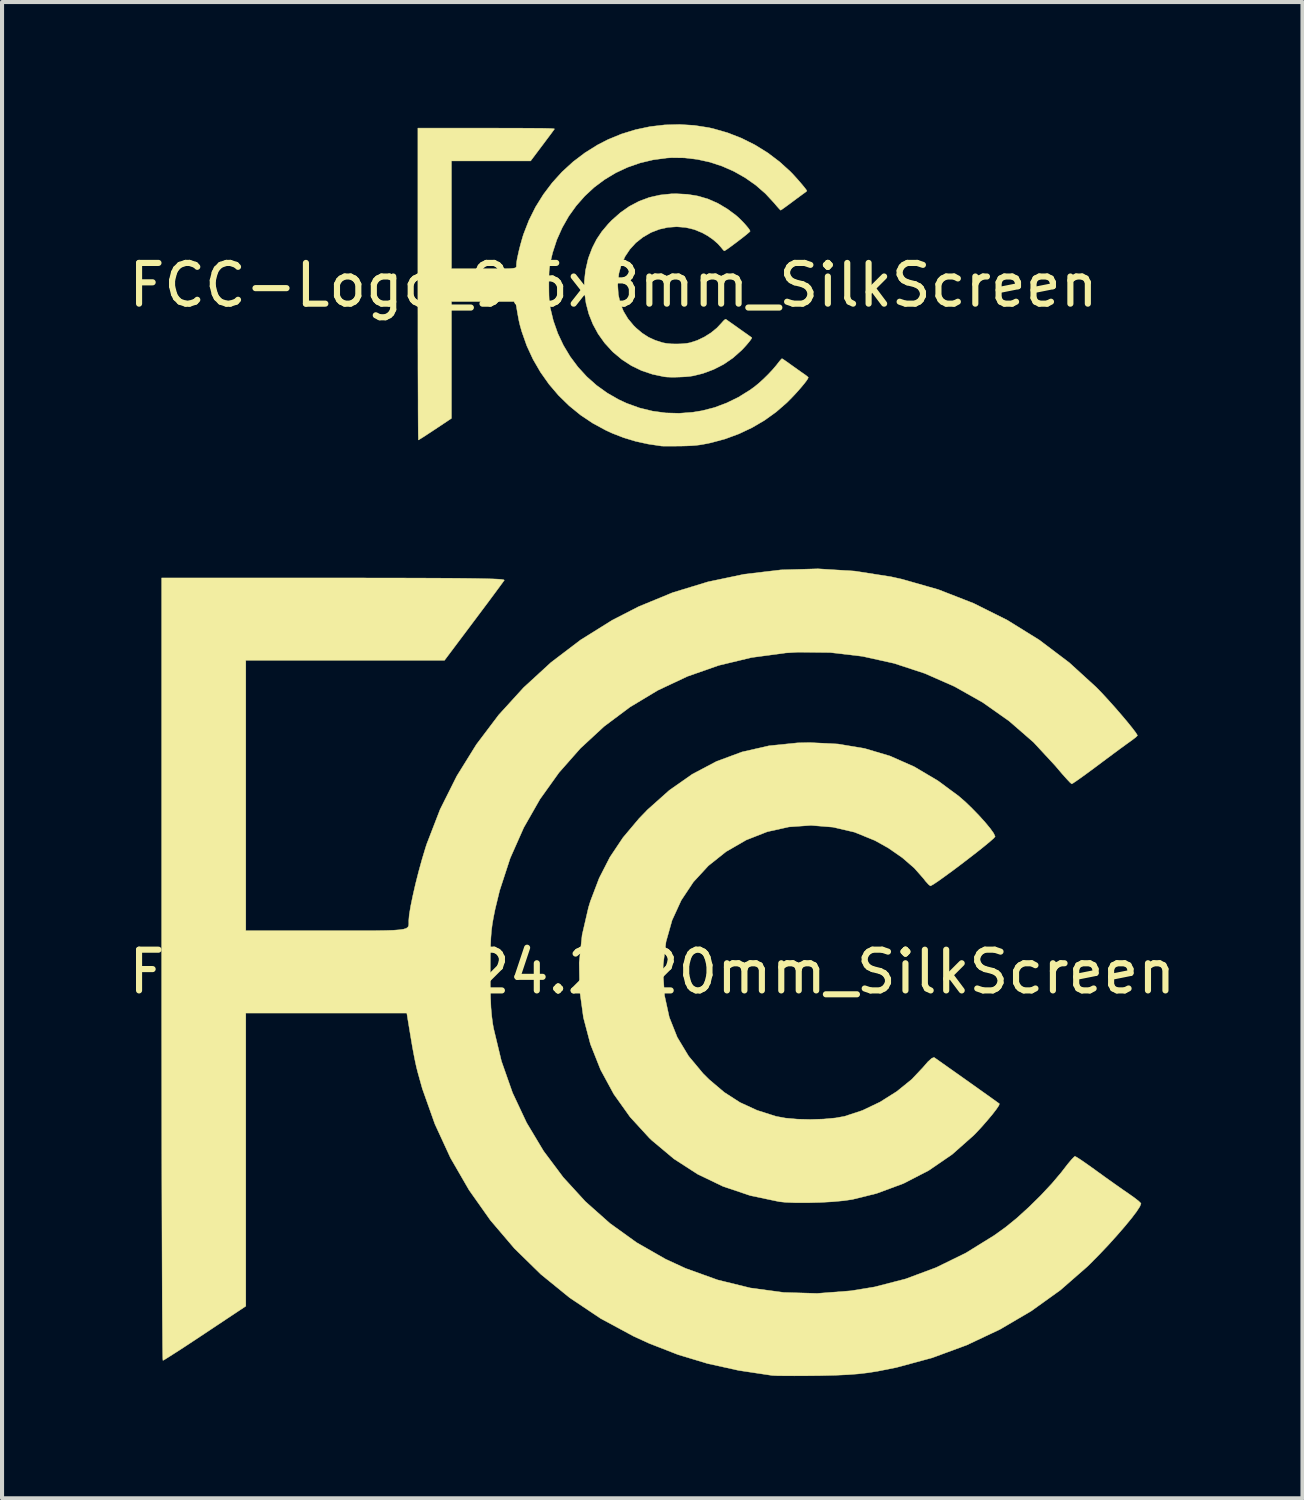
<source format=kicad_pcb>
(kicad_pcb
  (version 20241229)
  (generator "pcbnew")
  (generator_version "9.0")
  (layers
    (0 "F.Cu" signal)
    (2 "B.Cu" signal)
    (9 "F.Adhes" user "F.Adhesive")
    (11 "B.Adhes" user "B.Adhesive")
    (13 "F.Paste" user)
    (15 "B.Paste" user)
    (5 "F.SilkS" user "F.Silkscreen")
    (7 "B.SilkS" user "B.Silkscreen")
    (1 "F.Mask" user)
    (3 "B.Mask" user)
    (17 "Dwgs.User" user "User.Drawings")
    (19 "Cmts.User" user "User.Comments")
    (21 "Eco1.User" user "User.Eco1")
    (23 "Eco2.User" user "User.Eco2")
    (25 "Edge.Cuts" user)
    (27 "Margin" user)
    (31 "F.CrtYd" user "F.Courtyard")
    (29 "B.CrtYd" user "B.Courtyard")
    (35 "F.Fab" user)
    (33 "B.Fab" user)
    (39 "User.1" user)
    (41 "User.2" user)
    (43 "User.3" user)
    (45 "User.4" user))
  (footprint "FCC-Logo_24.2x20mm_SilkScreen"
    (layer "F.Cu")
    (at 12.958 20.803)
    (property "Reference" "FCC-Logo_24.2x20mm_SilkScreen" (at 0 0 0) (layer "F.SilkS") (effects (font (size 1 1) (thickness 0.15))))
    (attr exclude_from_pos_files exclude_from_bom)
    (fp_poly (pts (xy 4.559 -5.593) (xy 5.211 -5.484) (xy 5.831 -5.3) (xy 6.427 -5.037) (xy 7.01 -4.692) (xy 7.523 -4.313) (xy 7.68 -4.177) (xy 7.847 -4.016) (xy 8.013 -3.845) (xy 8.166 -3.676) (xy 8.292 -3.524) (xy 8.379 -3.403) (xy 8.415 -3.325) (xy 8.415 -3.321) (xy 8.382 -3.281) (xy 8.289 -3.199) (xy 8.15 -3.084) (xy 7.977 -2.946) (xy 7.781 -2.794) (xy 7.576 -2.637) (xy 7.374 -2.485) (xy 7.186 -2.348) (xy 7.026 -2.233) (xy 6.905 -2.152) (xy 6.836 -2.113) (xy 6.827 -2.11) (xy 6.782 -2.144) (xy 6.707 -2.227) (xy 6.658 -2.291) (xy 6.432 -2.547) (xy 6.138 -2.802) (xy 5.795 -3.04) (xy 5.466 -3.224) (xy 4.963 -3.429) (xy 4.436 -3.552) (xy 3.896 -3.596) (xy 3.355 -3.558) (xy 2.824 -3.44) (xy 2.314 -3.24) (xy 2.309 -3.238) (xy 1.812 -2.951) (xy 1.378 -2.605) (xy 1.01 -2.206) (xy 0.712 -1.758) (xy 0.487 -1.267) (xy 0.338 -0.739) (xy 0.269 -0.178) (xy 0.264 0.013) (xy 0.302 0.582) (xy 0.418 1.112) (xy 0.614 1.605) (xy 0.891 2.065) (xy 1.249 2.495) (xy 1.396 2.641) (xy 1.768 2.956) (xy 2.153 3.204) (xy 2.575 3.398) (xy 3.037 3.545) (xy 3.27 3.588) (xy 3.561 3.614) (xy 3.882 3.622) (xy 4.203 3.612) (xy 4.497 3.585) (xy 4.719 3.545) (xy 5.157 3.401) (xy 5.592 3.193) (xy 6.003 2.934) (xy 6.368 2.638) (xy 6.641 2.349) (xy 6.763 2.208) (xy 6.858 2.122) (xy 6.915 2.098) (xy 6.919 2.1) (xy 6.964 2.131) (xy 7.067 2.204) (xy 7.217 2.31) (xy 7.4 2.439) (xy 7.602 2.582) (xy 7.812 2.731) (xy 8.016 2.876) (xy 8.202 3.008) (xy 8.356 3.118) (xy 8.466 3.197) (xy 8.519 3.235) (xy 8.52 3.236) (xy 8.508 3.278) (xy 8.446 3.37) (xy 8.347 3.499) (xy 8.22 3.65) (xy 8.079 3.811) (xy 7.933 3.967) (xy 7.883 4.017) (xy 7.36 4.48) (xy 6.785 4.874) (xy 6.165 5.194) (xy 5.505 5.438) (xy 4.911 5.585) (xy 4.698 5.616) (xy 4.428 5.641) (xy 4.126 5.658) (xy 3.817 5.666) (xy 3.526 5.666) (xy 3.276 5.656) (xy 3.12 5.64) (xy 2.406 5.49) (xy 1.738 5.265) (xy 1.114 4.965) (xy 0.532 4.589) (xy -0.011 4.134) (xy -0.072 4.076) (xy -0.544 3.561) (xy -0.943 3.001) (xy -1.268 2.402) (xy -1.517 1.774) (xy -1.689 1.121) (xy -1.781 0.452) (xy -1.793 -0.226) (xy -1.721 -0.907) (xy -1.565 -1.582) (xy -1.518 -1.735) (xy -1.302 -2.302) (xy -1.039 -2.816) (xy -0.718 -3.296) (xy -0.327 -3.761) (xy -0.116 -3.98) (xy 0.42 -4.458) (xy 0.984 -4.853) (xy 1.577 -5.166) (xy 2.203 -5.398) (xy 2.864 -5.549) (xy 3.562 -5.621) (xy 3.867 -5.628) (xy 4.559 -5.593)) (stroke (width 0.01) (type solid)) (fill yes) (layer "F.SilkS"))
    (fp_poly (pts (xy 4.971 -9.837) (xy 5.86 -9.698) (xy 6.13 -9.638) (xy 7.023 -9.383) (xy 7.887 -9.046) (xy 8.714 -8.633) (xy 9.499 -8.146) (xy 10.235 -7.59) (xy 10.897 -6.986) (xy 11.038 -6.841) (xy 11.196 -6.669) (xy 11.361 -6.485) (xy 11.521 -6.3) (xy 11.667 -6.127) (xy 11.787 -5.978) (xy 11.871 -5.867) (xy 11.907 -5.806) (xy 11.908 -5.801) (xy 11.875 -5.766) (xy 11.79 -5.699) (xy 11.721 -5.649) (xy 11.623 -5.579) (xy 11.471 -5.468) (xy 11.282 -5.328) (xy 11.072 -5.172) (xy 10.932 -5.067) (xy 10.733 -4.919) (xy 10.557 -4.791) (xy 10.417 -4.692) (xy 10.325 -4.63) (xy 10.295 -4.614) (xy 10.256 -4.646) (xy 10.173 -4.734) (xy 10.057 -4.864) (xy 9.921 -5.024) (xy 9.894 -5.056) (xy 9.357 -5.636) (xy 8.759 -6.156) (xy 8.111 -6.613) (xy 7.419 -7.004) (xy 6.69 -7.325) (xy 5.935 -7.573) (xy 5.159 -7.745) (xy 4.371 -7.838) (xy 3.58 -7.847) (xy 3.271 -7.828) (xy 2.435 -7.715) (xy 1.632 -7.522) (xy 0.864 -7.253) (xy 0.137 -6.911) (xy -0.546 -6.5) (xy -1.181 -6.025) (xy -1.763 -5.487) (xy -2.289 -4.891) (xy -2.754 -4.241) (xy -3.154 -3.54) (xy -3.486 -2.791) (xy -3.745 -1.998) (xy -3.856 -1.541) (xy -3.895 -1.347) (xy -3.925 -1.178) (xy -3.946 -1.015) (xy -3.96 -0.839) (xy -3.969 -0.633) (xy -3.973 -0.377) (xy -3.975 -0.053) (xy -3.975 -0.022) (xy -3.974 0.342) (xy -3.968 0.636) (xy -3.958 0.876) (xy -3.94 1.08) (xy -3.916 1.265) (xy -3.895 1.384) (xy -3.701 2.191) (xy -3.429 2.966) (xy -3.083 3.703) (xy -2.667 4.397) (xy -2.184 5.043) (xy -1.64 5.637) (xy -1.038 6.172) (xy -0.382 6.644) (xy 0.324 7.048) (xy 0.82 7.277) (xy 1.606 7.56) (xy 2.408 7.757) (xy 3.223 7.867) (xy 4.047 7.891) (xy 4.877 7.827) (xy 5.456 7.732) (xy 6.219 7.535) (xy 6.97 7.255) (xy 7.698 6.898) (xy 8.392 6.468) (xy 8.672 6.267) (xy 8.944 6.046) (xy 9.239 5.778) (xy 9.535 5.487) (xy 9.809 5.194) (xy 10.039 4.922) (xy 10.087 4.859) (xy 10.199 4.715) (xy 10.294 4.602) (xy 10.358 4.537) (xy 10.375 4.526) (xy 10.422 4.551) (xy 10.526 4.618) (xy 10.673 4.72) (xy 10.849 4.845) (xy 10.909 4.889) (xy 11.122 5.043) (xy 11.34 5.198) (xy 11.539 5.338) (xy 11.693 5.444) (xy 11.7 5.449) (xy 11.837 5.546) (xy 11.941 5.628) (xy 11.993 5.68) (xy 11.995 5.687) (xy 11.967 5.759) (xy 11.886 5.884) (xy 11.759 6.051) (xy 11.596 6.249) (xy 11.405 6.469) (xy 11.196 6.701) (xy 10.975 6.934) (xy 10.753 7.159) (xy 10.673 7.237) (xy 10.017 7.81) (xy 9.301 8.324) (xy 8.532 8.775) (xy 7.719 9.159) (xy 6.869 9.472) (xy 5.989 9.71) (xy 5.537 9.8) (xy 5.298 9.838) (xy 5.059 9.866) (xy 4.798 9.886) (xy 4.495 9.9) (xy 4.13 9.909) (xy 4.043 9.91) (xy 3.753 9.913) (xy 3.485 9.914) (xy 3.253 9.913) (xy 3.074 9.911) (xy 2.962 9.906) (xy 2.944 9.905) (xy 2.121 9.781) (xy 1.356 9.612) (xy 0.631 9.393) (xy -0.075 9.118) (xy -0.461 8.941) (xy -1.269 8.505) (xy -2.027 7.997) (xy -2.733 7.423) (xy -3.382 6.788) (xy -3.971 6.097) (xy -4.496 5.354) (xy -4.952 4.565) (xy -5.335 3.734) (xy -5.643 2.866) (xy -5.756 2.461) (xy -5.789 2.33) (xy -5.819 2.193) (xy -5.85 2.037) (xy -5.886 1.845) (xy -5.927 1.602) (xy -5.978 1.294) (xy -6.001 1.154) (xy -6.024 1.011) (xy -9.975 1.011) (xy -9.975 8.204) (xy -10.976 8.87) (xy -11.24 9.045) (xy -11.48 9.203) (xy -11.687 9.337) (xy -11.85 9.441) (xy -11.96 9.51) (xy -12.008 9.536) (xy -12.009 9.536) (xy -12.012 9.493) (xy -12.015 9.366) (xy -12.018 9.158) (xy -12.02 8.875) (xy -12.023 8.52) (xy -12.026 8.097) (xy -12.028 7.61) (xy -12.03 7.063) (xy -12.032 6.46) (xy -12.034 5.805) (xy -12.036 5.102) (xy -12.037 4.354) (xy -12.038 3.567) (xy -12.039 2.743) (xy -12.04 1.887) (xy -12.041 1.003) (xy -12.041 0.095) (xy -12.041 -0.066) (xy -12.041 -9.668) (xy -7.82 -9.668) (xy -7.092 -9.668) (xy -6.449 -9.667) (xy -5.884 -9.666) (xy -5.395 -9.664) (xy -4.975 -9.662) (xy -4.622 -9.659) (xy -4.331 -9.655) (xy -4.096 -9.65) (xy -3.915 -9.645) (xy -3.782 -9.639) (xy -3.693 -9.632) (xy -3.644 -9.623) (xy -3.631 -9.614) (xy -3.631 -9.613) (xy -3.666 -9.564) (xy -3.746 -9.455) (xy -3.864 -9.295) (xy -4.013 -9.094) (xy -4.187 -8.862) (xy -4.377 -8.608) (xy -4.382 -8.602) (xy -5.099 -7.646) (xy -9.975 -7.646) (xy -9.975 -1.011) (xy -8.003 -1.011) (xy -7.528 -1.011) (xy -7.133 -1.011) (xy -6.811 -1.012) (xy -6.555 -1.016) (xy -6.357 -1.022) (xy -6.21 -1.033) (xy -6.106 -1.048) (xy -6.038 -1.069) (xy -5.999 -1.097) (xy -5.98 -1.133) (xy -5.975 -1.177) (xy -5.976 -1.231) (xy -5.976 -1.261) (xy -5.964 -1.404) (xy -5.929 -1.612) (xy -5.876 -1.87) (xy -5.81 -2.159) (xy -5.733 -2.463) (xy -5.65 -2.763) (xy -5.566 -3.042) (xy -5.536 -3.135) (xy -5.206 -3.989) (xy -4.798 -4.805) (xy -4.318 -5.579) (xy -3.77 -6.305) (xy -3.157 -6.978) (xy -2.486 -7.594) (xy -1.759 -8.147) (xy -0.982 -8.632) (xy -0.336 -8.964) (xy 0.499 -9.308) (xy 1.367 -9.573) (xy 2.257 -9.76) (xy 3.16 -9.867) (xy 4.068 -9.893) (xy 4.971 -9.837)) (stroke (width 0.01) (type solid)) (fill yes) (layer "F.SilkS")))
  (footprint "FCC-Logo_9.6x8mm_SilkScreen"
    (layer "F.Cu")
    (at 12.006 3.948)
    (property "Reference" "FCC-Logo_9.6x8mm_SilkScreen" (at 0 0 0) (layer "F.SilkS") (effects (font (size 1 1) (thickness 0.15))))
    (attr exclude_from_pos_files exclude_from_bom)
    (fp_poly (pts (xy 1.817 -2.229) (xy 2.077 -2.186) (xy 2.324 -2.113) (xy 2.562 -2.008) (xy 2.794 -1.87) (xy 2.999 -1.719) (xy 3.061 -1.665) (xy 3.128 -1.601) (xy 3.194 -1.533) (xy 3.255 -1.465) (xy 3.305 -1.405) (xy 3.34 -1.356) (xy 3.354 -1.326) (xy 3.355 -1.324) (xy 3.341 -1.308) (xy 3.304 -1.275) (xy 3.249 -1.229) (xy 3.18 -1.174) (xy 3.102 -1.114) (xy 3.02 -1.051) (xy 2.939 -0.991) (xy 2.865 -0.936) (xy 2.801 -0.89) (xy 2.752 -0.858) (xy 2.725 -0.842) (xy 2.721 -0.841) (xy 2.703 -0.854) (xy 2.673 -0.888) (xy 2.654 -0.913) (xy 2.564 -1.015) (xy 2.447 -1.117) (xy 2.31 -1.212) (xy 2.179 -1.285) (xy 1.978 -1.367) (xy 1.768 -1.416) (xy 1.553 -1.433) (xy 1.337 -1.418) (xy 1.126 -1.371) (xy 0.922 -1.292) (xy 0.921 -1.291) (xy 0.722 -1.176) (xy 0.549 -1.039) (xy 0.403 -0.879) (xy 0.284 -0.701) (xy 0.194 -0.505) (xy 0.135 -0.295) (xy 0.107 -0.071) (xy 0.105 0.005) (xy 0.12 0.232) (xy 0.167 0.443) (xy 0.245 0.64) (xy 0.355 0.823) (xy 0.498 0.995) (xy 0.557 1.053) (xy 0.705 1.178) (xy 0.858 1.277) (xy 1.026 1.354) (xy 1.211 1.413) (xy 1.304 1.43) (xy 1.42 1.441) (xy 1.547 1.444) (xy 1.675 1.44) (xy 1.793 1.429) (xy 1.881 1.413) (xy 2.056 1.356) (xy 2.229 1.273) (xy 2.393 1.17) (xy 2.538 1.052) (xy 2.647 0.936) (xy 2.696 0.88) (xy 2.734 0.846) (xy 2.757 0.836) (xy 2.758 0.837) (xy 2.776 0.849) (xy 2.817 0.879) (xy 2.877 0.921) (xy 2.95 0.972) (xy 3.03 1.029) (xy 3.114 1.089) (xy 3.196 1.147) (xy 3.27 1.199) (xy 3.331 1.243) (xy 3.375 1.274) (xy 3.396 1.29) (xy 3.396 1.29) (xy 3.391 1.307) (xy 3.367 1.343) (xy 3.327 1.395) (xy 3.277 1.455) (xy 3.22 1.519) (xy 3.162 1.581) (xy 3.142 1.601) (xy 2.934 1.786) (xy 2.705 1.943) (xy 2.457 2.07) (xy 2.194 2.168) (xy 1.958 2.226) (xy 1.873 2.239) (xy 1.765 2.249) (xy 1.645 2.255) (xy 1.522 2.259) (xy 1.405 2.259) (xy 1.306 2.255) (xy 1.244 2.248) (xy 0.959 2.188) (xy 0.693 2.099) (xy 0.444 1.979) (xy 0.212 1.829) (xy -0.005 1.648) (xy -0.029 1.625) (xy -0.217 1.419) (xy -0.376 1.196) (xy -0.505 0.958) (xy -0.605 0.707) (xy -0.673 0.447) (xy -0.71 0.18) (xy -0.715 -0.09) (xy -0.686 -0.361) (xy -0.624 -0.631) (xy -0.605 -0.691) (xy -0.519 -0.917) (xy -0.414 -1.123) (xy -0.286 -1.314) (xy -0.13 -1.499) (xy -0.046 -1.587) (xy 0.168 -1.777) (xy 0.392 -1.935) (xy 0.629 -2.059) (xy 0.878 -2.152) (xy 1.142 -2.212) (xy 1.42 -2.241) (xy 1.542 -2.243) (xy 1.817 -2.229)) (stroke (width 0.01) (type solid)) (fill yes) (layer "F.SilkS"))
    (fp_poly (pts (xy 1.982 -3.921) (xy 2.336 -3.866) (xy 2.444 -3.842) (xy 2.8 -3.74) (xy 3.144 -3.606) (xy 3.474 -3.441) (xy 3.787 -3.247) (xy 4.08 -3.025) (xy 4.344 -2.785) (xy 4.4 -2.727) (xy 4.463 -2.658) (xy 4.529 -2.585) (xy 4.593 -2.511) (xy 4.651 -2.442) (xy 4.699 -2.383) (xy 4.732 -2.339) (xy 4.746 -2.314) (xy 4.747 -2.312) (xy 4.733 -2.298) (xy 4.7 -2.272) (xy 4.672 -2.252) (xy 4.633 -2.224) (xy 4.573 -2.18) (xy 4.497 -2.124) (xy 4.414 -2.062) (xy 4.358 -2.02) (xy 4.278 -1.961) (xy 4.208 -1.91) (xy 4.152 -1.87) (xy 4.116 -1.846) (xy 4.104 -1.839) (xy 4.088 -1.852) (xy 4.055 -1.887) (xy 4.009 -1.939) (xy 3.955 -2.003) (xy 3.944 -2.016) (xy 3.73 -2.247) (xy 3.492 -2.454) (xy 3.233 -2.636) (xy 2.957 -2.792) (xy 2.667 -2.92) (xy 2.366 -3.019) (xy 2.056 -3.087) (xy 1.743 -3.124) (xy 1.427 -3.128) (xy 1.304 -3.12) (xy 0.971 -3.075) (xy 0.65 -2.998) (xy 0.344 -2.891) (xy 0.054 -2.755) (xy -0.218 -2.591) (xy -0.471 -2.402) (xy -0.703 -2.187) (xy -0.912 -1.95) (xy -1.098 -1.691) (xy -1.257 -1.411) (xy -1.39 -1.113) (xy -1.493 -0.797) (xy -1.537 -0.614) (xy -1.553 -0.537) (xy -1.565 -0.47) (xy -1.573 -0.405) (xy -1.579 -0.335) (xy -1.582 -0.252) (xy -1.584 -0.15) (xy -1.585 -0.021) (xy -1.585 -0.009) (xy -1.584 0.136) (xy -1.582 0.253) (xy -1.578 0.349) (xy -1.571 0.43) (xy -1.561 0.504) (xy -1.553 0.552) (xy -1.475 0.874) (xy -1.367 1.182) (xy -1.229 1.476) (xy -1.063 1.753) (xy -0.871 2.01) (xy -0.654 2.247) (xy -0.414 2.46) (xy -0.152 2.648) (xy 0.129 2.809) (xy 0.327 2.901) (xy 0.64 3.014) (xy 0.96 3.092) (xy 1.285 3.136) (xy 1.613 3.145) (xy 1.944 3.12) (xy 2.175 3.082) (xy 2.479 3.004) (xy 2.778 2.892) (xy 3.069 2.75) (xy 3.345 2.578) (xy 3.457 2.498) (xy 3.565 2.41) (xy 3.683 2.303) (xy 3.801 2.187) (xy 3.91 2.07) (xy 4.002 1.962) (xy 4.021 1.937) (xy 4.066 1.879) (xy 4.103 1.835) (xy 4.129 1.808) (xy 4.136 1.804) (xy 4.155 1.814) (xy 4.196 1.841) (xy 4.254 1.881) (xy 4.324 1.931) (xy 4.349 1.949) (xy 4.434 2.01) (xy 4.521 2.072) (xy 4.6 2.128) (xy 4.661 2.17) (xy 4.664 2.172) (xy 4.719 2.211) (xy 4.76 2.243) (xy 4.78 2.264) (xy 4.782 2.267) (xy 4.77 2.296) (xy 4.738 2.345) (xy 4.687 2.412) (xy 4.622 2.491) (xy 4.546 2.579) (xy 4.463 2.671) (xy 4.375 2.764) (xy 4.286 2.854) (xy 4.255 2.885) (xy 3.993 3.113) (xy 3.708 3.318) (xy 3.401 3.498) (xy 3.077 3.651) (xy 2.738 3.776) (xy 2.388 3.87) (xy 2.207 3.906) (xy 2.112 3.922) (xy 2.017 3.933) (xy 1.913 3.941) (xy 1.792 3.946) (xy 1.646 3.95) (xy 1.612 3.95) (xy 1.496 3.951) (xy 1.389 3.952) (xy 1.297 3.952) (xy 1.225 3.951) (xy 1.181 3.949) (xy 1.174 3.948) (xy 0.845 3.899) (xy 0.541 3.832) (xy 0.251 3.744) (xy -0.03 3.635) (xy -0.184 3.564) (xy -0.506 3.39) (xy -0.808 3.188) (xy -1.089 2.959) (xy -1.348 2.706) (xy -1.583 2.43) (xy -1.792 2.134) (xy -1.974 1.82) (xy -2.127 1.489) (xy -2.249 1.143) (xy -2.295 0.981) (xy -2.307 0.929) (xy -2.32 0.874) (xy -2.332 0.812) (xy -2.346 0.735) (xy -2.363 0.639) (xy -2.383 0.516) (xy -2.392 0.46) (xy -2.401 0.403) (xy -3.976 0.403) (xy -3.976 3.27) (xy -4.375 3.536) (xy -4.48 3.605) (xy -4.576 3.668) (xy -4.658 3.722) (xy -4.724 3.763) (xy -4.768 3.791) (xy -4.787 3.801) (xy -4.787 3.801) (xy -4.788 3.784) (xy -4.789 3.733) (xy -4.791 3.651) (xy -4.792 3.538) (xy -4.793 3.396) (xy -4.794 3.228) (xy -4.795 3.034) (xy -4.795 2.816) (xy -4.796 2.575) (xy -4.797 2.314) (xy -4.798 2.034) (xy -4.798 1.736) (xy -4.799 1.422) (xy -4.799 1.093) (xy -4.799 0.752) (xy -4.8 0.4) (xy -4.8 0.038) (xy -4.8 -0.026) (xy -4.8 -3.854) (xy -3.117 -3.854) (xy -2.827 -3.854) (xy -2.571 -3.853) (xy -2.346 -3.853) (xy -2.15 -3.852) (xy -1.983 -3.851) (xy -1.842 -3.85) (xy -1.726 -3.849) (xy -1.633 -3.847) (xy -1.561 -3.845) (xy -1.508 -3.842) (xy -1.472 -3.839) (xy -1.453 -3.836) (xy -1.447 -3.832) (xy -1.448 -3.832) (xy -1.461 -3.813) (xy -1.493 -3.769) (xy -1.54 -3.705) (xy -1.6 -3.625) (xy -1.669 -3.533) (xy -1.745 -3.431) (xy -1.747 -3.429) (xy -2.033 -3.048) (xy -3.976 -3.048) (xy -3.976 -0.403) (xy -3.19 -0.403) (xy -3.001 -0.403) (xy -2.843 -0.403) (xy -2.715 -0.403) (xy -2.613 -0.405) (xy -2.534 -0.407) (xy -2.476 -0.412) (xy -2.434 -0.418) (xy -2.407 -0.426) (xy -2.391 -0.437) (xy -2.384 -0.452) (xy -2.382 -0.469) (xy -2.382 -0.491) (xy -2.382 -0.503) (xy -2.377 -0.56) (xy -2.364 -0.643) (xy -2.342 -0.745) (xy -2.316 -0.861) (xy -2.285 -0.982) (xy -2.252 -1.101) (xy -2.219 -1.213) (xy -2.207 -1.25) (xy -2.075 -1.59) (xy -1.913 -1.916) (xy -1.721 -2.224) (xy -1.503 -2.513) (xy -1.259 -2.782) (xy -0.991 -3.027) (xy -0.701 -3.247) (xy -0.391 -3.441) (xy -0.134 -3.573) (xy 0.199 -3.71) (xy 0.545 -3.816) (xy 0.9 -3.891) (xy 1.26 -3.933) (xy 1.622 -3.943) (xy 1.982 -3.921)) (stroke (width 0.01) (type solid)) (fill yes) (layer "F.SilkS")))
  (gr_rect
    (start -3 -3)
    (end 28.917 33.722)
    (stroke (width 0.1) (type default))
    (fill no)
    (layer "Edge.Cuts")))
</source>
